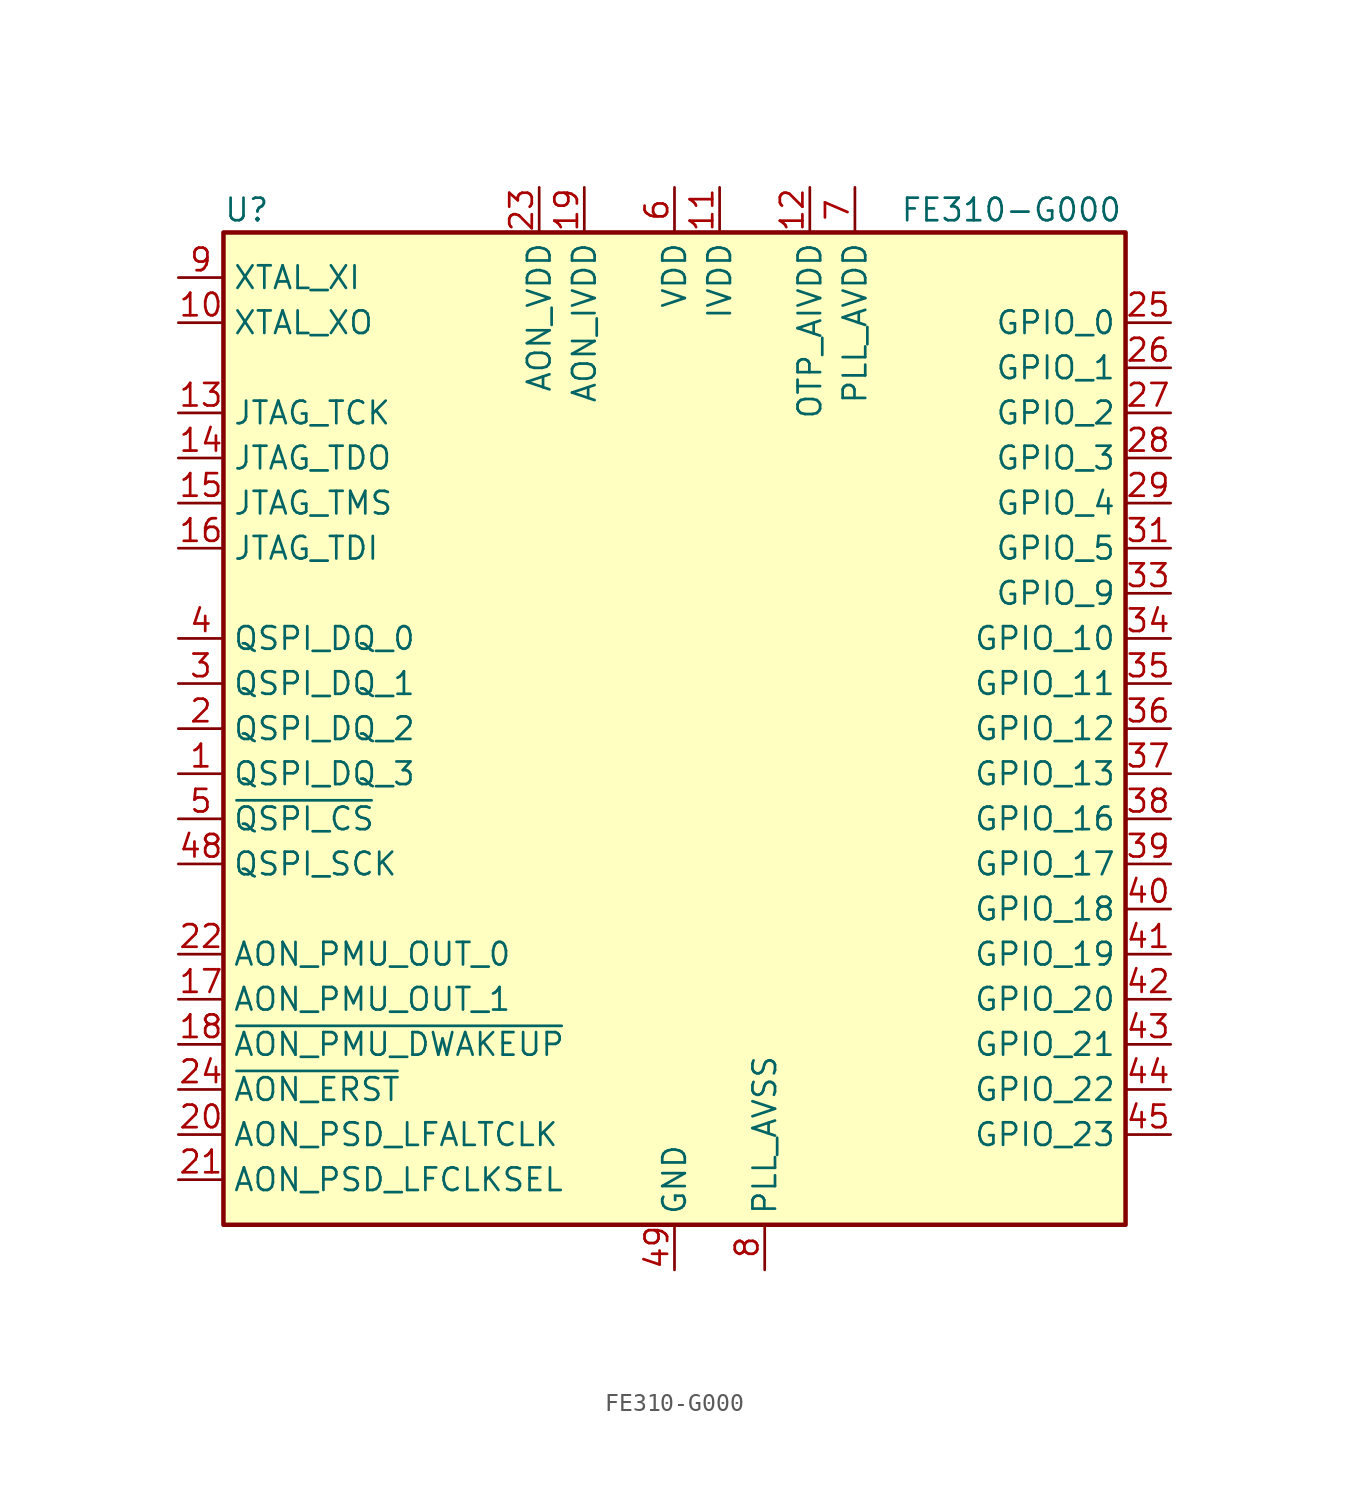
<source format=kicad_sym>
(kicad_symbol_lib
  (version 20201005)
  (generator kicad_symbol_editor)
  (symbol "FE310-G000"
    (property "Reference" "U"
      (at -25.4 29.21 0)
      (effects (font (size 1.27 1.27)) (justify left)))
    (property "Value" "FE310-G000"
      (at 12.7 29.21 0)
      (effects (font (size 1.27 1.27)) (justify left)))
    (symbol "FE310-G000_0_1"
      (rectangle (start -25.4 27.94) (end 25.4 -27.94) (stroke (width 0.254)) (fill (type background))))
    (symbol "FE310-G000_1_1"
      (pin bidirectional line (at -27.94 -2.54 0) (length 2.54) (name "QSPI_DQ_3" (effects (font (size 1.27 1.27)))) (number "1" (effects (font (size 1.27 1.27)))))
      (pin output line (at -27.94 22.86 0) (length 2.54) (name "XTAL_XO" (effects (font (size 1.27 1.27)))) (number "10" (effects (font (size 1.27 1.27)))))
      (pin power_in line (at 2.54 30.48 270) (length 2.54) (name "IVDD" (effects (font (size 1.27 1.27)))) (number "11" (effects (font (size 1.27 1.27)))))
      (pin power_in line (at 7.62 30.48 270) (length 2.54) (name "OTP_AIVDD" (effects (font (size 1.27 1.27)))) (number "12" (effects (font (size 1.27 1.27)))))
      (pin input line (at -27.94 17.78 0) (length 2.54) (name "JTAG_TCK" (effects (font (size 1.27 1.27)))) (number "13" (effects (font (size 1.27 1.27)))))
      (pin output line (at -27.94 15.24 0) (length 2.54) (name "JTAG_TDO" (effects (font (size 1.27 1.27)))) (number "14" (effects (font (size 1.27 1.27)))))
      (pin input line (at -27.94 12.7 0) (length 2.54) (name "JTAG_TMS" (effects (font (size 1.27 1.27)))) (number "15" (effects (font (size 1.27 1.27)))))
      (pin input line (at -27.94 10.16 0) (length 2.54) (name "JTAG_TDI" (effects (font (size 1.27 1.27)))) (number "16" (effects (font (size 1.27 1.27)))))
      (pin output line (at -27.94 -15.24 0) (length 2.54) (name "AON_PMU_OUT_1" (effects (font (size 1.27 1.27)))) (number "17" (effects (font (size 1.27 1.27)))))
      (pin input line (at -27.94 -17.78 0) (length 2.54) (name "~AON_PMU_DWAKEUP" (effects (font (size 1.27 1.27)))) (number "18" (effects (font (size 1.27 1.27)))))
      (pin power_in line (at -5.08 30.48 270) (length 2.54) (name "AON_IVDD" (effects (font (size 1.27 1.27)))) (number "19" (effects (font (size 1.27 1.27)))))
      (pin bidirectional line (at -27.94 0 0) (length 2.54) (name "QSPI_DQ_2" (effects (font (size 1.27 1.27)))) (number "2" (effects (font (size 1.27 1.27)))))
      (pin input line (at -27.94 -22.86 0) (length 2.54) (name "AON_PSD_LFALTCLK" (effects (font (size 1.27 1.27)))) (number "20" (effects (font (size 1.27 1.27)))))
      (pin input line (at -27.94 -25.4 0) (length 2.54) (name "AON_PSD_LFCLKSEL" (effects (font (size 1.27 1.27)))) (number "21" (effects (font (size 1.27 1.27)))))
      (pin output line (at -27.94 -12.7 0) (length 2.54) (name "AON_PMU_OUT_0" (effects (font (size 1.27 1.27)))) (number "22" (effects (font (size 1.27 1.27)))))
      (pin power_in line (at -7.62 30.48 270) (length 2.54) (name "AON_VDD" (effects (font (size 1.27 1.27)))) (number "23" (effects (font (size 1.27 1.27)))))
      (pin input line (at -27.94 -20.32 0) (length 2.54) (name "~AON_ERST" (effects (font (size 1.27 1.27)))) (number "24" (effects (font (size 1.27 1.27)))))
      (pin bidirectional line (at 27.94 22.86 180) (length 2.54) (name "GPIO_0" (effects (font (size 1.27 1.27)))) (number "25" (effects (font (size 1.27 1.27)))))
      (pin bidirectional line (at 27.94 20.32 180) (length 2.54) (name "GPIO_1" (effects (font (size 1.27 1.27)))) (number "26" (effects (font (size 1.27 1.27)))))
      (pin bidirectional line (at 27.94 17.78 180) (length 2.54) (name "GPIO_2" (effects (font (size 1.27 1.27)))) (number "27" (effects (font (size 1.27 1.27)))))
      (pin bidirectional line (at 27.94 15.24 180) (length 2.54) (name "GPIO_3" (effects (font (size 1.27 1.27)))) (number "28" (effects (font (size 1.27 1.27)))))
      (pin bidirectional line (at 27.94 12.7 180) (length 2.54) (name "GPIO_4" (effects (font (size 1.27 1.27)))) (number "29" (effects (font (size 1.27 1.27)))))
      (pin bidirectional line (at -27.94 2.54 0) (length 2.54) (name "QSPI_DQ_1" (effects (font (size 1.27 1.27)))) (number "3" (effects (font (size 1.27 1.27)))))
      (pin passive line (at 0 30.48 270) (length 2.54) hide (name "VDD" (effects (font (size 1.27 1.27)))) (number "30" (effects (font (size 1.27 1.27)))))
      (pin bidirectional line (at 27.94 10.16 180) (length 2.54) (name "GPIO_5" (effects (font (size 1.27 1.27)))) (number "31" (effects (font (size 1.27 1.27)))))
      (pin passive line (at 2.54 30.48 270) (length 2.54) hide (name "IVDD" (effects (font (size 1.27 1.27)))) (number "32" (effects (font (size 1.27 1.27)))))
      (pin bidirectional line (at 27.94 7.62 180) (length 2.54) (name "GPIO_9" (effects (font (size 1.27 1.27)))) (number "33" (effects (font (size 1.27 1.27)))))
      (pin bidirectional line (at 27.94 5.08 180) (length 2.54) (name "GPIO_10" (effects (font (size 1.27 1.27)))) (number "34" (effects (font (size 1.27 1.27)))))
      (pin bidirectional line (at 27.94 2.54 180) (length 2.54) (name "GPIO_11" (effects (font (size 1.27 1.27)))) (number "35" (effects (font (size 1.27 1.27)))))
      (pin bidirectional line (at 27.94 0 180) (length 2.54) (name "GPIO_12" (effects (font (size 1.27 1.27)))) (number "36" (effects (font (size 1.27 1.27)))))
      (pin bidirectional line (at 27.94 -2.54 180) (length 2.54) (name "GPIO_13" (effects (font (size 1.27 1.27)))) (number "37" (effects (font (size 1.27 1.27)))))
      (pin bidirectional line (at 27.94 -5.08 180) (length 2.54) (name "GPIO_16" (effects (font (size 1.27 1.27)))) (number "38" (effects (font (size 1.27 1.27)))))
      (pin bidirectional line (at 27.94 -7.62 180) (length 2.54) (name "GPIO_17" (effects (font (size 1.27 1.27)))) (number "39" (effects (font (size 1.27 1.27)))))
      (pin bidirectional line (at -27.94 5.08 0) (length 2.54) (name "QSPI_DQ_0" (effects (font (size 1.27 1.27)))) (number "4" (effects (font (size 1.27 1.27)))))
      (pin bidirectional line (at 27.94 -10.16 180) (length 2.54) (name "GPIO_18" (effects (font (size 1.27 1.27)))) (number "40" (effects (font (size 1.27 1.27)))))
      (pin bidirectional line (at 27.94 -12.7 180) (length 2.54) (name "GPIO_19" (effects (font (size 1.27 1.27)))) (number "41" (effects (font (size 1.27 1.27)))))
      (pin bidirectional line (at 27.94 -15.24 180) (length 2.54) (name "GPIO_20" (effects (font (size 1.27 1.27)))) (number "42" (effects (font (size 1.27 1.27)))))
      (pin bidirectional line (at 27.94 -17.78 180) (length 2.54) (name "GPIO_21" (effects (font (size 1.27 1.27)))) (number "43" (effects (font (size 1.27 1.27)))))
      (pin bidirectional line (at 27.94 -20.32 180) (length 2.54) (name "GPIO_22" (effects (font (size 1.27 1.27)))) (number "44" (effects (font (size 1.27 1.27)))))
      (pin bidirectional line (at 27.94 -22.86 180) (length 2.54) (name "GPIO_23" (effects (font (size 1.27 1.27)))) (number "45" (effects (font (size 1.27 1.27)))))
      (pin passive line (at 0 30.48 270) (length 2.54) hide (name "VDD" (effects (font (size 1.27 1.27)))) (number "46" (effects (font (size 1.27 1.27)))))
      (pin passive line (at 2.54 30.48 270) (length 2.54) hide (name "IVDD" (effects (font (size 1.27 1.27)))) (number "47" (effects (font (size 1.27 1.27)))))
      (pin output line (at -27.94 -7.62 0) (length 2.54) (name "QSPI_SCK" (effects (font (size 1.27 1.27)))) (number "48" (effects (font (size 1.27 1.27)))))
      (pin power_in line (at 0 -30.48 90) (length 2.54) (name "GND" (effects (font (size 1.27 1.27)))) (number "49" (effects (font (size 1.27 1.27)))))
      (pin output line (at -27.94 -5.08 0) (length 2.54) (name "~QSPI_CS" (effects (font (size 1.27 1.27)))) (number "5" (effects (font (size 1.27 1.27)))))
      (pin power_in line (at 0 30.48 270) (length 2.54) (name "VDD" (effects (font (size 1.27 1.27)))) (number "6" (effects (font (size 1.27 1.27)))))
      (pin power_in line (at 10.16 30.48 270) (length 2.54) (name "PLL_AVDD" (effects (font (size 1.27 1.27)))) (number "7" (effects (font (size 1.27 1.27)))))
      (pin power_in line (at 5.08 -30.48 90) (length 2.54) (name "PLL_AVSS" (effects (font (size 1.27 1.27)))) (number "8" (effects (font (size 1.27 1.27)))))
      (pin input line (at -27.94 25.4 0) (length 2.54) (name "XTAL_XI" (effects (font (size 1.27 1.27)))) (number "9" (effects (font (size 1.27 1.27))))))))
</source>
